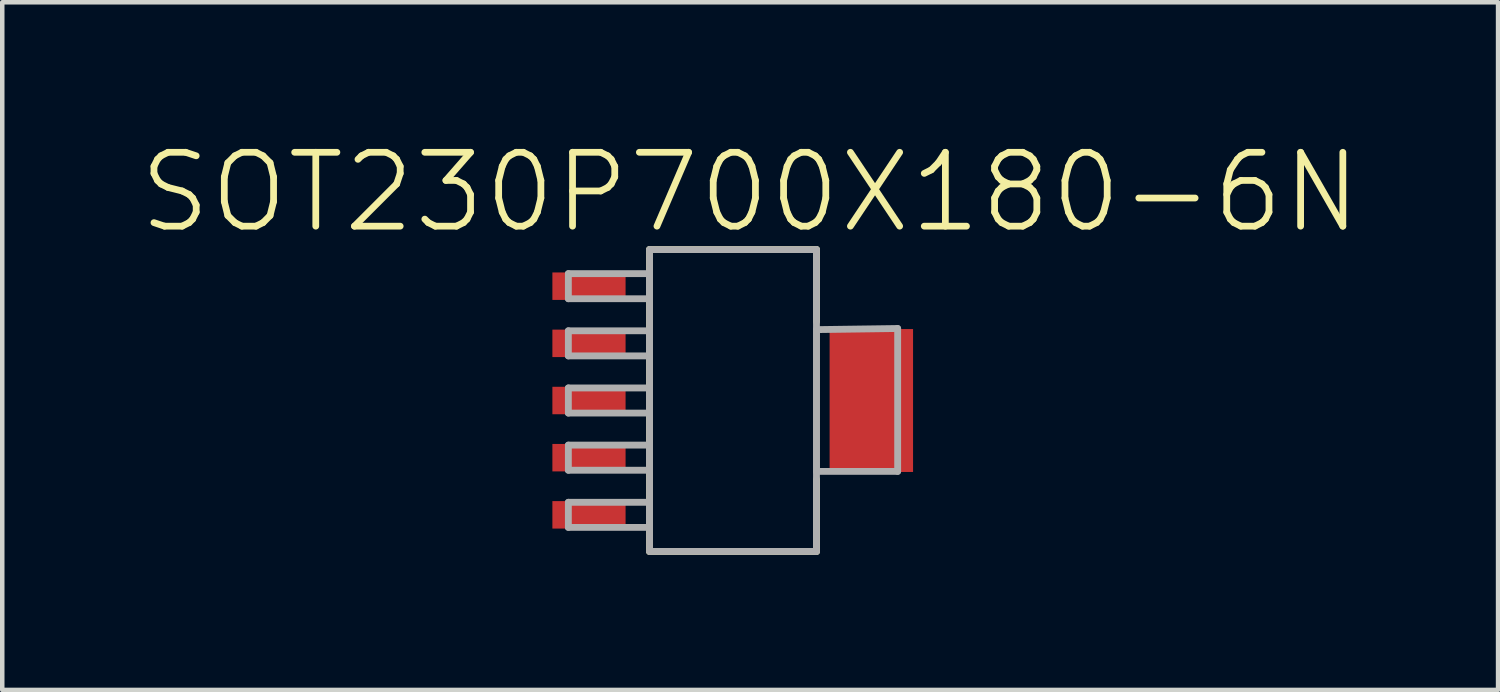
<source format=kicad_pcb>
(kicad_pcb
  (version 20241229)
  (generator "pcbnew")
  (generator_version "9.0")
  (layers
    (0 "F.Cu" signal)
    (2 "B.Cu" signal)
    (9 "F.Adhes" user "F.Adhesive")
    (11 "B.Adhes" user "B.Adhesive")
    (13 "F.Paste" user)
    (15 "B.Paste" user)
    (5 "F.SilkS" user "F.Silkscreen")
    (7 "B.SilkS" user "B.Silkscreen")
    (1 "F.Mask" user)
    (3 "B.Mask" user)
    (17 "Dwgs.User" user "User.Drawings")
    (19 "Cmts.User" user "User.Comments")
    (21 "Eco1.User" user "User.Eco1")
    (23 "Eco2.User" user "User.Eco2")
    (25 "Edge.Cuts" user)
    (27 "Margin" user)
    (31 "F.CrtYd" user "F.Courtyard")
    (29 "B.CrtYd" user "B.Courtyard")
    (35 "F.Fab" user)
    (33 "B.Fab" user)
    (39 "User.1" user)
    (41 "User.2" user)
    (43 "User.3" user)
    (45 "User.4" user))
  (footprint "SOT230P700X180-6N"
    (layer "F.Cu")
    (at 13.235 5.848)
    (property "Reference" "SOT230P700X180-6N" (at 0.381 -4.625 0) (layer "F.SilkS") (effects (font (size 1.641 1.641) (thickness 0.15))))
    (attr smd)
    (fp_line (start -1.854 -3.353) (end -1.854 3.353) (stroke (width 0.152) (type solid)) (layer "F.SilkS"))
    (fp_line (start -1.854 3.353) (end 1.854 3.353) (stroke (width 0.152) (type solid)) (layer "F.SilkS"))
    (fp_line (start 1.854 -3.353) (end -1.854 -3.353) (stroke (width 0.152) (type solid)) (layer "F.SilkS"))
    (fp_line (start 1.854 -1.753) (end 1.854 -3.353) (stroke (width 0.152) (type solid)) (layer "F.SilkS"))
    (fp_line (start 1.854 3.353) (end 1.854 1.753) (stroke (width 0.152) (type solid)) (layer "F.SilkS"))
    (fp_line (start -3.658 -2.819) (end -3.658 -2.261) (stroke (width 0.152) (type solid)) (layer "F.Fab"))
    (fp_line (start -3.658 -2.261) (end -1.854 -2.261) (stroke (width 0.152) (type solid)) (layer "F.Fab"))
    (fp_line (start -3.658 -1.549) (end -3.658 -0.991) (stroke (width 0.152) (type solid)) (layer "F.Fab"))
    (fp_line (start -3.658 -0.991) (end -1.854 -0.991) (stroke (width 0.152) (type solid)) (layer "F.Fab"))
    (fp_line (start -3.658 -0.279) (end -3.658 0.279) (stroke (width 0.152) (type solid)) (layer "F.Fab"))
    (fp_line (start -3.658 0.279) (end -1.854 0.279) (stroke (width 0.152) (type solid)) (layer "F.Fab"))
    (fp_line (start -3.658 0.991) (end -3.658 1.549) (stroke (width 0.152) (type solid)) (layer "F.Fab"))
    (fp_line (start -3.658 1.549) (end -1.854 1.549) (stroke (width 0.152) (type solid)) (layer "F.Fab"))
    (fp_line (start -3.658 2.261) (end -3.658 2.819) (stroke (width 0.152) (type solid)) (layer "F.Fab"))
    (fp_line (start -3.658 2.819) (end -1.854 2.819) (stroke (width 0.152) (type solid)) (layer "F.Fab"))
    (fp_line (start -1.854 -3.353) (end -1.854 3.353) (stroke (width 0.152) (type solid)) (layer "F.Fab"))
    (fp_line (start -1.854 -2.819) (end -3.658 -2.819) (stroke (width 0.152) (type solid)) (layer "F.Fab"))
    (fp_line (start -1.854 -2.261) (end -1.854 -2.819) (stroke (width 0.152) (type solid)) (layer "F.Fab"))
    (fp_line (start -1.854 -1.549) (end -3.658 -1.549) (stroke (width 0.152) (type solid)) (layer "F.Fab"))
    (fp_line (start -1.854 -0.991) (end -1.854 -1.549) (stroke (width 0.152) (type solid)) (layer "F.Fab"))
    (fp_line (start -1.854 -0.279) (end -3.658 -0.279) (stroke (width 0.152) (type solid)) (layer "F.Fab"))
    (fp_line (start -1.854 0.279) (end -1.854 -0.279) (stroke (width 0.152) (type solid)) (layer "F.Fab"))
    (fp_line (start -1.854 0.991) (end -3.658 0.991) (stroke (width 0.152) (type solid)) (layer "F.Fab"))
    (fp_line (start -1.854 1.549) (end -1.854 0.991) (stroke (width 0.152) (type solid)) (layer "F.Fab"))
    (fp_line (start -1.854 2.261) (end -3.658 2.261) (stroke (width 0.152) (type solid)) (layer "F.Fab"))
    (fp_line (start -1.854 2.819) (end -1.854 2.261) (stroke (width 0.152) (type solid)) (layer "F.Fab"))
    (fp_line (start -1.854 3.353) (end 1.854 3.353) (stroke (width 0.152) (type solid)) (layer "F.Fab"))
    (fp_line (start 1.854 -3.353) (end -1.854 -3.353) (stroke (width 0.152) (type solid)) (layer "F.Fab"))
    (fp_line (start 1.854 -1.575) (end 1.854 1.575) (stroke (width 0.152) (type solid)) (layer "F.Fab"))
    (fp_line (start 1.854 1.575) (end 3.658 1.575) (stroke (width 0.152) (type solid)) (layer "F.Fab"))
    (fp_line (start 1.854 3.353) (end 1.854 -3.353) (stroke (width 0.152) (type solid)) (layer "F.Fab"))
    (fp_line (start 3.658 -1.6) (end 1.854 -1.575) (stroke (width 0.152) (type solid)) (layer "F.Fab"))
    (fp_line (start 3.658 1.575) (end 3.658 -1.6) (stroke (width 0.152) (type solid)) (layer "F.Fab"))
    (pad "1" smd rect (at -3.2 -2.54) (size 1.626 0.61) (layers "F.Cu" "F.Mask" "F.Paste"))
    (pad "2" smd rect (at -3.2 -1.27) (size 1.626 0.61) (layers "F.Cu" "F.Mask" "F.Paste"))
    (pad "3" smd rect (at -3.2 0) (size 1.626 0.61) (layers "F.Cu" "F.Mask" "F.Paste"))
    (pad "4" smd rect (at -3.2 1.27) (size 1.626 0.61) (layers "F.Cu" "F.Mask" "F.Paste"))
    (pad "5" smd rect (at -3.2 2.54) (size 1.626 0.61) (layers "F.Cu" "F.Mask" "F.Paste"))
    (pad "6" smd rect (at 3.073 0) (size 1.854 3.175) (layers "F.Cu" "F.Mask" "F.Paste")))
  (gr_rect
    (start -3 -3)
    (end 30.232 12.277)
    (stroke (width 0.1) (type default))
    (fill no)
    (layer "Edge.Cuts")))
</source>
